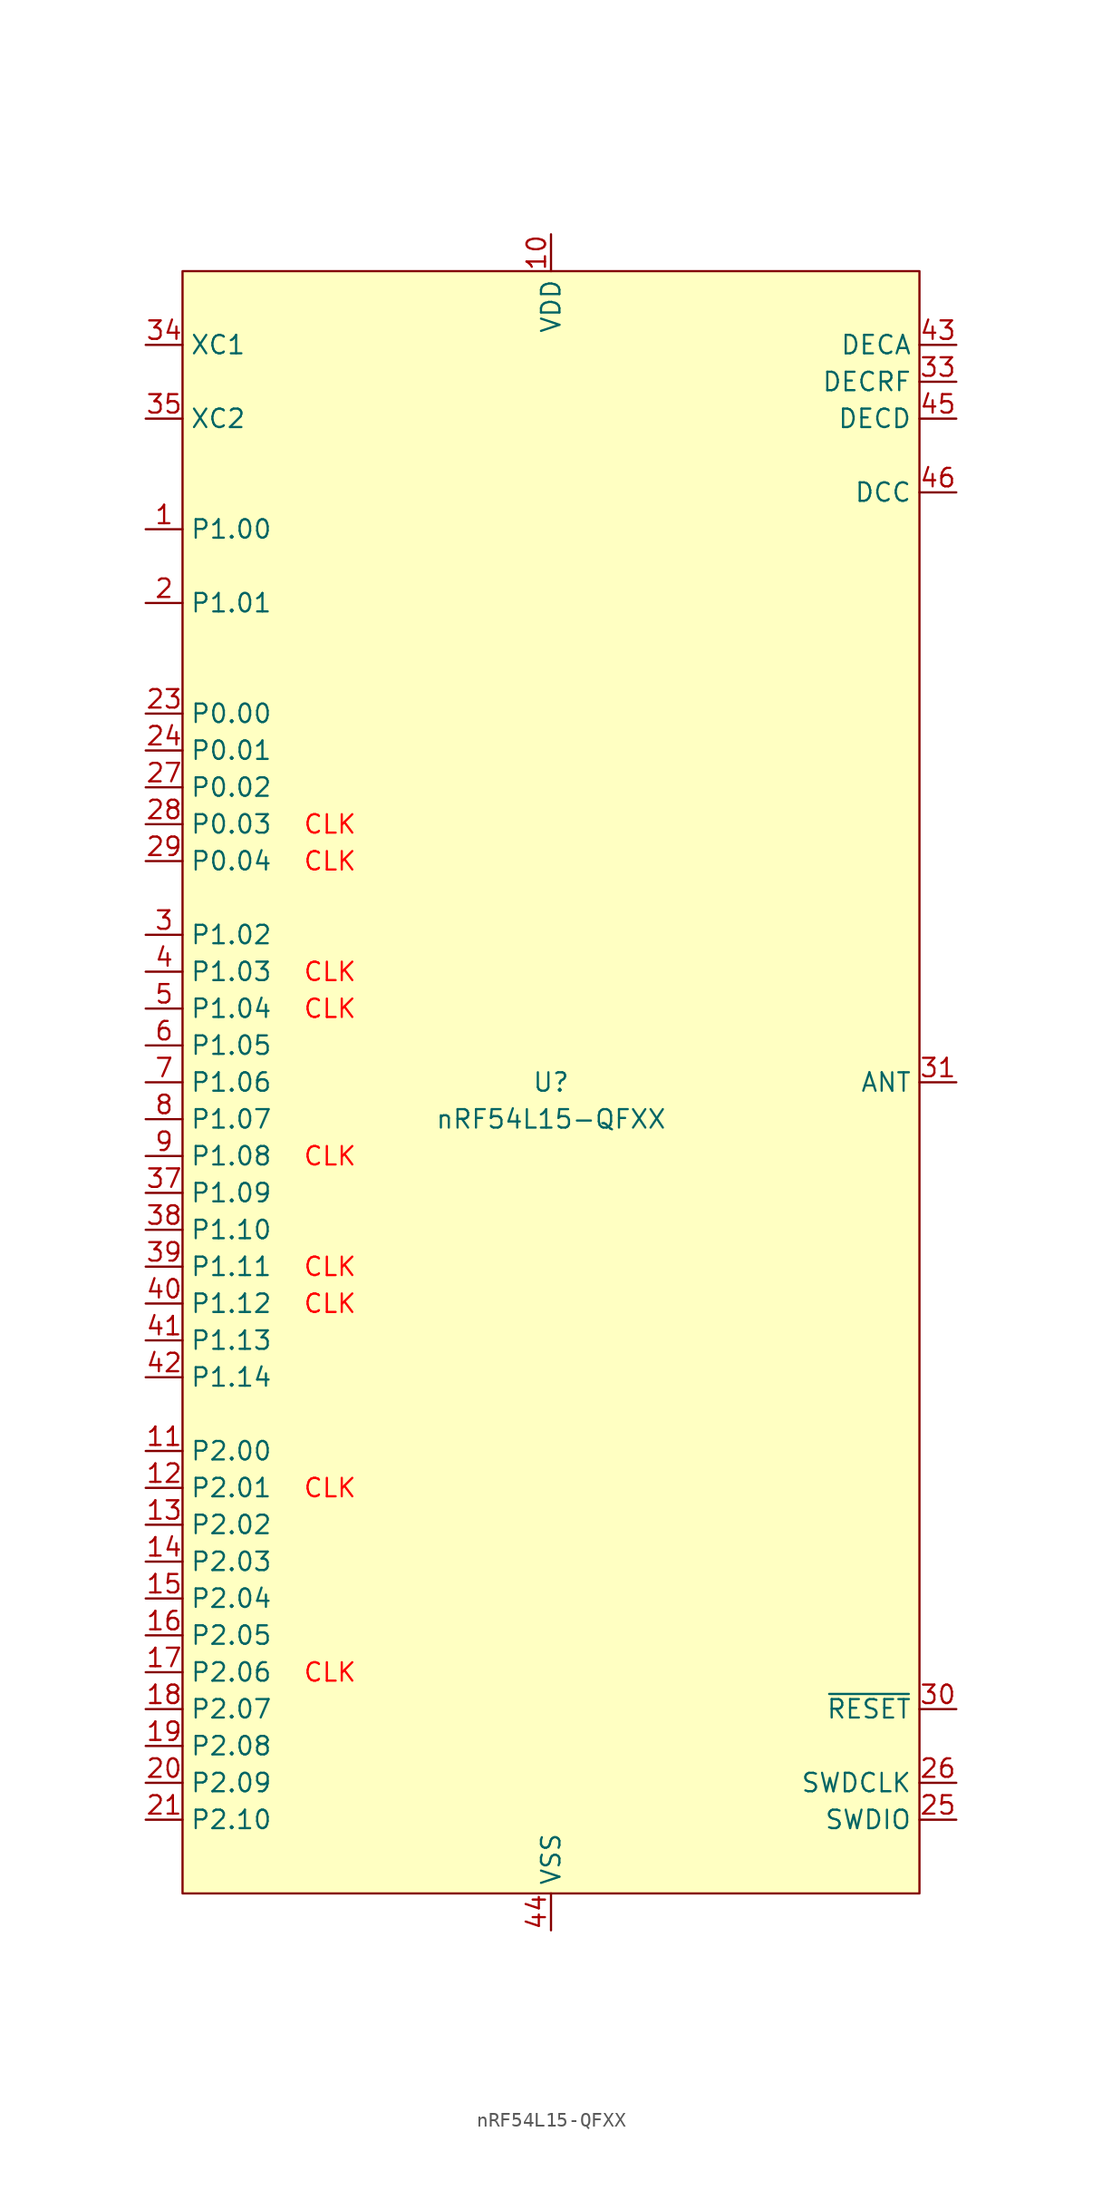
<source format=kicad_sym>
(kicad_symbol_lib
  (version 20241209)
  (generator "kicad_symbol_editor")
  (generator_version "9.0")
  (symbol "nRF54L15-QFXX"
    (property "Reference" "U"
      (at 0 0 0)
      (do_not_autoplace)
      (effects (font (size 1.27 1.27))))
    (property "Value" "nRF54L15-QFXX"
      (at 0 -2.54 0)
      (do_not_autoplace)
      (effects (font (size 1.27 1.27))))
    (symbol "nRF54L15-QFXX_0_0"
      (pin bidirectional line (at -27.94 50.8 0) (length 2.54) (name "XC1" (effects (font (size 1.27 1.27)))) (number "34" (effects (font (size 1.27 1.27)))))
      (pin bidirectional line (at -27.94 45.72 0) (length 2.54) (name "XC2" (effects (font (size 1.27 1.27)))) (number "35" (effects (font (size 1.27 1.27)))))
      (pin bidirectional line (at -27.94 25.4 0) (length 2.54) (name "P0.00" (effects (font (size 1.27 1.27)))) (number "23" (effects (font (size 1.27 1.27)))))
      (pin bidirectional line (at -27.94 22.86 0) (length 2.54) (name "P0.01" (effects (font (size 1.27 1.27)))) (number "24" (effects (font (size 1.27 1.27)))))
      (pin bidirectional line (at -27.94 20.32 0) (length 2.54) (name "P0.02" (effects (font (size 1.27 1.27)))) (number "27" (effects (font (size 1.27 1.27)))))
      (pin passive line (at 0 -58.42 90) (length 2.54) (hide yes) (name "VSS_PA" (effects (font (size 1.27 1.27)))) (number "32" (effects (font (size 1.27 1.27)))))
      (pin power_in line (at 0 -58.42 90) (length 2.54) (name "VSS" (effects (font (size 1.27 1.27)))) (number "44" (effects (font (size 1.27 1.27)))))
      (pin passive line (at 27.94 50.8 180) (length 2.54) (name "DECA" (effects (font (size 1.27 1.27)))) (number "43" (effects (font (size 1.27 1.27)))))
      (pin passive line (at 27.94 48.26 180) (length 2.54) (name "DECRF" (effects (font (size 1.27 1.27)))) (number "33" (effects (font (size 1.27 1.27)))))
      (pin passive line (at 27.94 45.72 180) (length 2.54) (name "DECD" (effects (font (size 1.27 1.27)))) (number "45" (effects (font (size 1.27 1.27)))))
      (pin power_out line (at 27.94 40.64 180) (length 2.54) (name "DCC" (effects (font (size 1.27 1.27)))) (number "46" (effects (font (size 1.27 1.27)))))
      (pin output line (at 27.94 0 180) (length 2.54) (name "ANT" (effects (font (size 1.27 1.27)))) (number "31" (effects (font (size 1.27 1.27)))))
      (pin input line (at 27.94 -43.18 180) (length 2.54) (name "~{RESET}" (effects (font (size 1.27 1.27)))) (number "30" (effects (font (size 1.27 1.27)))))
      (pin bidirectional line (at 27.94 -50.8 180) (length 2.54) (name "SWDIO" (effects (font (size 1.27 1.27)))) (number "25" (effects (font (size 1.27 1.27))))))
    (symbol "nRF54L15-QFXX_1_0"
      (pin bidirectional line (at -27.94 38.1 0) (length 2.54) (name "P1.00" (effects (font (size 1.27 1.27)))) (number "1" (effects (font (size 1.27 1.27)))) (alternate "XL1" bidirectional line))
      (pin bidirectional line (at -27.94 33.02 0) (length 2.54) (name "P1.01" (effects (font (size 1.27 1.27)))) (number "2" (effects (font (size 1.27 1.27)))) (alternate "XL2" bidirectional line))
      (pin bidirectional line (at -27.94 17.78 0) (length 2.54) (name "P0.03" (effects (font (size 1.27 1.27)))) (number "28" (effects (font (size 1.27 1.27)))) (alternate "GRTCPWM" output line))
      (pin bidirectional line (at -27.94 15.24 0) (length 2.54) (name "P0.04" (effects (font (size 1.27 1.27)))) (number "29" (effects (font (size 1.27 1.27)))) (alternate "GRTCLFCLKOUT" output line))
      (pin bidirectional line (at -27.94 10.16 0) (length 2.54) (name "P1.02" (effects (font (size 1.27 1.27)))) (number "3" (effects (font (size 1.27 1.27)))) (alternate "NFC1" bidirectional line))
      (pin bidirectional line (at -27.94 7.62 0) (length 2.54) (name "P1.03" (effects (font (size 1.27 1.27)))) (number "4" (effects (font (size 1.27 1.27)))) (alternate "NFC2" bidirectional line))
      (pin bidirectional line (at -27.94 5.08 0) (length 2.54) (name "P1.04" (effects (font (size 1.27 1.27)))) (number "5" (effects (font (size 1.27 1.27)))) (alternate "AIN0" input line) (alternate "ASO[0]" output line))
      (pin bidirectional line (at -27.94 2.54 0) (length 2.54) (name "P1.05" (effects (font (size 1.27 1.27)))) (number "6" (effects (font (size 1.27 1.27)))) (alternate "AIN1" bidirectional line) (alternate "ASI[0]" input line))
      (pin bidirectional line (at -27.94 0 0) (length 2.54) (name "P1.06" (effects (font (size 1.27 1.27)))) (number "7" (effects (font (size 1.27 1.27)))) (alternate "AIN2" input line) (alternate "ASO[1]" output line))
      (pin bidirectional line (at -27.94 -2.54 0) (length 2.54) (name "P1.07" (effects (font (size 1.27 1.27)))) (number "8" (effects (font (size 1.27 1.27)))) (alternate "AIN3" input line) (alternate "ASI[1]" input line))
      (pin bidirectional line (at -27.94 -5.08 0) (length 2.54) (name "P1.08" (effects (font (size 1.27 1.27)))) (number "9" (effects (font (size 1.27 1.27)))) (alternate "EXTREF" input line) (alternate "GRTCHFOUT" output line) (alternate "TAMPC.EXT" bidirectional line))
      (pin bidirectional line (at -27.94 -7.62 0) (length 2.54) (name "P1.09" (effects (font (size 1.27 1.27)))) (number "37" (effects (font (size 1.27 1.27)))) (alternate "ASO[2]" output line))
      (pin bidirectional line (at -27.94 -10.16 0) (length 2.54) (name "P1.10" (effects (font (size 1.27 1.27)))) (number "38" (effects (font (size 1.27 1.27)))) (alternate "ASI[2]" input line))
      (pin bidirectional line (at -27.94 -12.7 0) (length 2.54) (name "P1.11" (effects (font (size 1.27 1.27)))) (number "39" (effects (font (size 1.27 1.27)))) (alternate "AIN4" input line) (alternate "ASO[3]" output line))
      (pin bidirectional line (at -27.94 -15.24 0) (length 2.54) (name "P1.12" (effects (font (size 1.27 1.27)))) (number "40" (effects (font (size 1.27 1.27)))) (alternate "AIN5" input line) (alternate "ASI[3]" input line))
      (pin bidirectional line (at -27.94 -17.78 0) (length 2.54) (name "P1.13" (effects (font (size 1.27 1.27)))) (number "41" (effects (font (size 1.27 1.27)))) (alternate "AIN6" input line))
      (pin bidirectional line (at -27.94 -20.32 0) (length 2.54) (name "P1.14" (effects (font (size 1.27 1.27)))) (number "42" (effects (font (size 1.27 1.27)))) (alternate "AIN7" input line))
      (pin bidirectional line (at -27.94 -25.4 0) (length 2.54) (name "P2.00" (effects (font (size 1.27 1.27)))) (number "11" (effects (font (size 1.27 1.27)))) (alternate "QSPI_D3" bidirectional line) (alternate "SPIM_DCX" output line) (alternate "UARTE_RXD" input line))
      (pin bidirectional line (at -27.94 -27.94 0) (length 2.54) (name "P2.01" (effects (font (size 1.27 1.27)))) (number "12" (effects (font (size 1.27 1.27)))) (alternate "QSPI_SCK" output line) (alternate "SPIM_SCK" output line) (alternate "SPIS_SCK" output line))
      (pin bidirectional line (at -27.94 -30.48 0) (length 2.54) (name "P2.02" (effects (font (size 1.27 1.27)))) (number "13" (effects (font (size 1.27 1.27)))) (alternate "QSPI_D0" bidirectional line) (alternate "SPIM_MOSI" output line) (alternate "SPIS_MISO" output line) (alternate "SWO" output line) (alternate "UARTE_TXD" output line))
      (pin bidirectional line (at -27.94 -33.02 0) (length 2.54) (name "P2.03" (effects (font (size 1.27 1.27)))) (number "14" (effects (font (size 1.27 1.27)))) (alternate "QSPI_D2" bidirectional line))
      (pin bidirectional line (at -27.94 -35.56 0) (length 2.54) (name "P2.04" (effects (font (size 1.27 1.27)))) (number "15" (effects (font (size 1.27 1.27)))) (alternate "QSPI_D1" bidirectional line) (alternate "SPIM_MISO" input line) (alternate "SPIS_MOSI" input line) (alternate "UARTE_CTS" input line))
      (pin bidirectional line (at -27.94 -38.1 0) (length 2.54) (name "P2.05" (effects (font (size 1.27 1.27)))) (number "16" (effects (font (size 1.27 1.27)))) (alternate "QSPI_CS" output line) (alternate "SPIM_CS" output line) (alternate "UARTE_RTS" output line))
      (pin bidirectional line (at -27.94 -40.64 0) (length 2.54) (name "P2.06" (effects (font (size 1.27 1.27)))) (number "17" (effects (font (size 1.27 1.27)))) (alternate "SPIM_SCK" output line) (alternate "SPIS_SCK" input line) (alternate "TRACE_CLK" input line))
      (pin bidirectional line (at -27.94 -43.18 0) (length 2.54) (name "P2.07" (effects (font (size 1.27 1.27)))) (number "18" (effects (font (size 1.27 1.27)))) (alternate "SPIM_DCX" output line) (alternate "SWO" output line) (alternate "TRACEDATA[0]" output line) (alternate "UARTE_RXD" input line))
      (pin bidirectional line (at -27.94 -45.72 0) (length 2.54) (name "P2.08" (effects (font (size 1.27 1.27)))) (number "19" (effects (font (size 1.27 1.27)))) (alternate "SPIM_MOSI" output line) (alternate "SPIS_MISO" input line) (alternate "TRACEDATA[1]" output line) (alternate "UARTE_TXD" output line))
      (pin bidirectional line (at -27.94 -48.26 0) (length 2.54) (name "P2.09" (effects (font (size 1.27 1.27)))) (number "20" (effects (font (size 1.27 1.27)))) (alternate "SPIM_MISO" input line) (alternate "SPIS_MOSI" input line) (alternate "TRACEDATA[2]" output line) (alternate "UARTE_CTS" input line))
      (pin bidirectional line (at -27.94 -50.8 0) (length 2.54) (name "P2.10" (effects (font (size 1.27 1.27)))) (number "21" (effects (font (size 1.27 1.27)))) (alternate "SPIM_CS" output line) (alternate "TRACEDATA[3]" output line) (alternate "UARTE_RTS" output line))
      (pin power_in line (at 0 58.42 270) (length 2.54) (name "VDD" (effects (font (size 1.27 1.27)))) (number "10" (effects (font (size 1.27 1.27)))))
      (pin passive line (at 0 58.42 270) (length 2.54) (hide yes) (name "VDD" (effects (font (size 1.27 1.27)))) (number "22" (effects (font (size 1.27 1.27)))))
      (pin passive line (at 0 58.42 270) (length 2.54) (hide yes) (name "VDD" (effects (font (size 1.27 1.27)))) (number "36" (effects (font (size 1.27 1.27)))))
      (pin passive line (at 0 58.42 270) (length 2.54) (hide yes) (name "VDD" (effects (font (size 1.27 1.27)))) (number "47" (effects (font (size 1.27 1.27)))))
      (pin passive line (at 0 58.42 270) (length 2.54) (hide yes) (name "VDD" (effects (font (size 1.27 1.27)))) (number "48" (effects (font (size 1.27 1.27)))))
      (pin passive line (at 0 -58.42 90) (length 2.54) (hide yes) (name "VSS" (effects (font (size 1.27 1.27)))) (number "49" (effects (font (size 1.27 1.27)))))
      (pin input line (at 27.94 -48.26 180) (length 2.54) (name "SWDCLK" (effects (font (size 1.27 1.27)))) (number "26" (effects (font (size 1.27 1.27))))))
    (symbol "nRF54L15-QFXX_1_1"
      (rectangle (start -25.4 55.88) (end 25.4 -55.88) (stroke (width 0) (type default)) (fill (type background)))
      (text "CLK" (at -15.24 17.78 0) (effects (font (size 1.27 1.27) (color 255 0 0 1))))
      (text "CLK" (at -15.24 15.24 0) (effects (font (size 1.27 1.27) (color 255 0 0 1))))
      (text "CLK" (at -15.24 7.62 0) (effects (font (size 1.27 1.27) (color 255 0 0 1))))
      (text "CLK" (at -15.24 5.08 0) (effects (font (size 1.27 1.27) (color 255 0 0 1))))
      (text "CLK" (at -15.24 -5.08 0) (effects (font (size 1.27 1.27) (color 255 0 0 1))))
      (text "CLK" (at -15.24 -12.7 0) (effects (font (size 1.27 1.27) (color 255 0 0 1))))
      (text "CLK" (at -15.24 -15.24 0) (effects (font (size 1.27 1.27) (color 255 0 0 1))))
      (text "CLK" (at -15.24 -27.94 0) (effects (font (size 1.27 1.27) (color 255 0 0 1))))
      (text "CLK" (at -15.24 -40.64 0) (effects (font (size 1.27 1.27) (color 255 0 0 1)))))))
</source>
